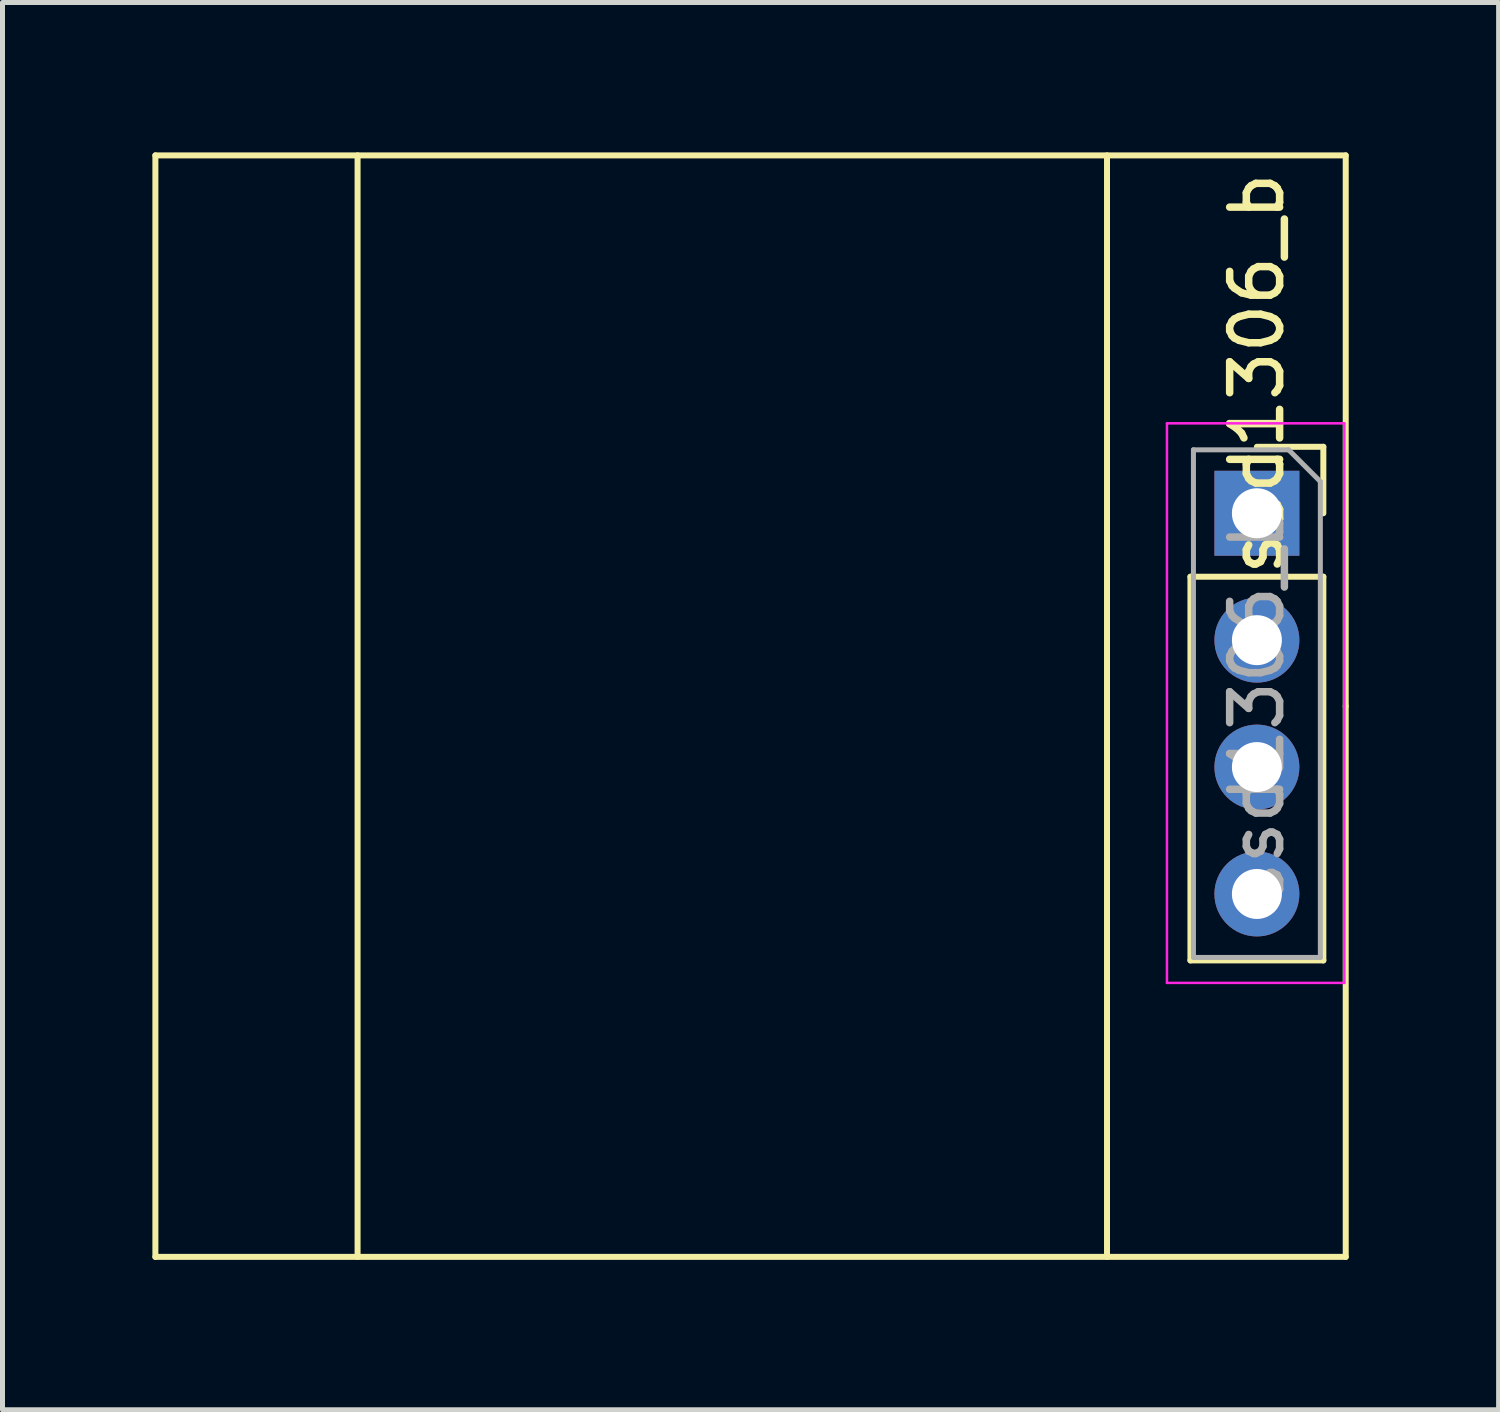
<source format=kicad_pcb>
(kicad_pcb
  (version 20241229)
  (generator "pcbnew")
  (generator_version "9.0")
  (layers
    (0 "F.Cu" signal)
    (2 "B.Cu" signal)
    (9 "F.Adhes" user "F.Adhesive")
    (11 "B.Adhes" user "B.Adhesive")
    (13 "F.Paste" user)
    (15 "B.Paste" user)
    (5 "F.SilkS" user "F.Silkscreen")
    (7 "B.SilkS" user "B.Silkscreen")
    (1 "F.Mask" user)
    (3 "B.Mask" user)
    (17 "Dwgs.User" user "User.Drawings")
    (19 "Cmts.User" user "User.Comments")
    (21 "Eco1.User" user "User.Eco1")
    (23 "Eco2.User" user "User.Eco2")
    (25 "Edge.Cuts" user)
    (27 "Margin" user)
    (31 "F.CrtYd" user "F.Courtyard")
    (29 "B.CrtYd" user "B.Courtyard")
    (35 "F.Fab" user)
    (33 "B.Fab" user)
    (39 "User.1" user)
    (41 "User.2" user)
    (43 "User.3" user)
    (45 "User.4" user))
  (footprint "ssd1306_b"
    (layer "F.Cu")
    (at 22.107 7.223)
    (property "Reference" "ssd1306_b" (at 0 -2.794 270) (layer "F.SilkS") (effects (font (size 1 1) (thickness 0.15))))
    (attr through_hole)
    (fp_line (start -22.047 -7.163) (end -22.047 14.884) (stroke (width 0.12) (type solid)) (layer "F.SilkS"))
    (fp_line (start -18 -7.163) (end -18 14.884) (stroke (width 0.12) (type solid)) (layer "F.SilkS"))
    (fp_line (start -3 -7.163) (end -3 14.884) (stroke (width 0.12) (type solid)) (layer "F.SilkS"))
    (fp_line (start -1.33 1.27) (end -1.33 8.95) (stroke (width 0.12) (type solid)) (layer "F.SilkS"))
    (fp_line (start -1.33 1.27) (end 1.33 1.27) (stroke (width 0.12) (type solid)) (layer "F.SilkS"))
    (fp_line (start -1.33 8.95) (end 1.33 8.95) (stroke (width 0.12) (type solid)) (layer "F.SilkS"))
    (fp_line (start 0 -1.33) (end 1.33 -1.33) (stroke (width 0.12) (type solid)) (layer "F.SilkS"))
    (fp_line (start 1.33 -1.33) (end 1.33 0) (stroke (width 0.12) (type solid)) (layer "F.SilkS"))
    (fp_line (start 1.33 1.27) (end 1.33 8.95) (stroke (width 0.12) (type solid)) (layer "F.SilkS"))
    (fp_line (start 1.778 -7.163) (end -22.047 -7.163) (stroke (width 0.12) (type solid)) (layer "F.SilkS"))
    (fp_line (start 1.778 -7.163) (end 1.778 3.861) (stroke (width 0.12) (type solid)) (layer "F.SilkS"))
    (fp_line (start 1.778 14.884) (end -22.047 14.884) (stroke (width 0.12) (type solid)) (layer "F.SilkS"))
    (fp_line (start 1.778 14.884) (end 1.778 3.861) (stroke (width 0.12) (type solid)) (layer "F.SilkS"))
    (fp_line (start -1.8 -1.8) (end 1.75 -1.8) (stroke (width 0.05) (type solid)) (layer "F.CrtYd"))
    (fp_line (start -1.8 9.4) (end -1.8 -1.8) (stroke (width 0.05) (type solid)) (layer "F.CrtYd"))
    (fp_line (start 1.75 -1.8) (end 1.75 9.4) (stroke (width 0.05) (type solid)) (layer "F.CrtYd"))
    (fp_line (start 1.75 9.4) (end -1.8 9.4) (stroke (width 0.05) (type solid)) (layer "F.CrtYd"))
    (fp_line (start -1.27 -1.27) (end 0.635 -1.27) (stroke (width 0.1) (type solid)) (layer "F.Fab"))
    (fp_line (start -1.27 8.89) (end -1.27 -1.27) (stroke (width 0.1) (type solid)) (layer "F.Fab"))
    (fp_line (start 0.635 -1.27) (end 1.27 -0.635) (stroke (width 0.1) (type solid)) (layer "F.Fab"))
    (fp_line (start 1.27 -0.635) (end 1.27 8.89) (stroke (width 0.1) (type solid)) (layer "F.Fab"))
    (fp_line (start 1.27 8.89) (end -1.27 8.89) (stroke (width 0.1) (type solid)) (layer "F.Fab"))
    (fp_text user "${REFERENCE}" (at 0 3.81 270) (layer "F.Fab") (effects (font (size 1 1) (thickness 0.15))))
    (pad "1" thru_hole rect (at 0 0) (size 1.7 1.7) (drill 1) (layers "*.Cu" "*.Mask"))
    (pad "2" thru_hole oval (at 0 2.54) (size 1.7 1.7) (drill 1) (layers "*.Cu" "*.Mask"))
    (pad "3" thru_hole oval (at 0 5.08) (size 1.7 1.7) (drill 1) (layers "*.Cu" "*.Mask"))
    (pad "4" thru_hole oval (at 0 7.62) (size 1.7 1.7) (drill 1) (layers "*.Cu" "*.Mask")))
  (gr_rect
    (start -3 -3)
    (end 26.945 25.167)
    (stroke (width 0.1) (type default))
    (fill no)
    (layer "Edge.Cuts")))
</source>
